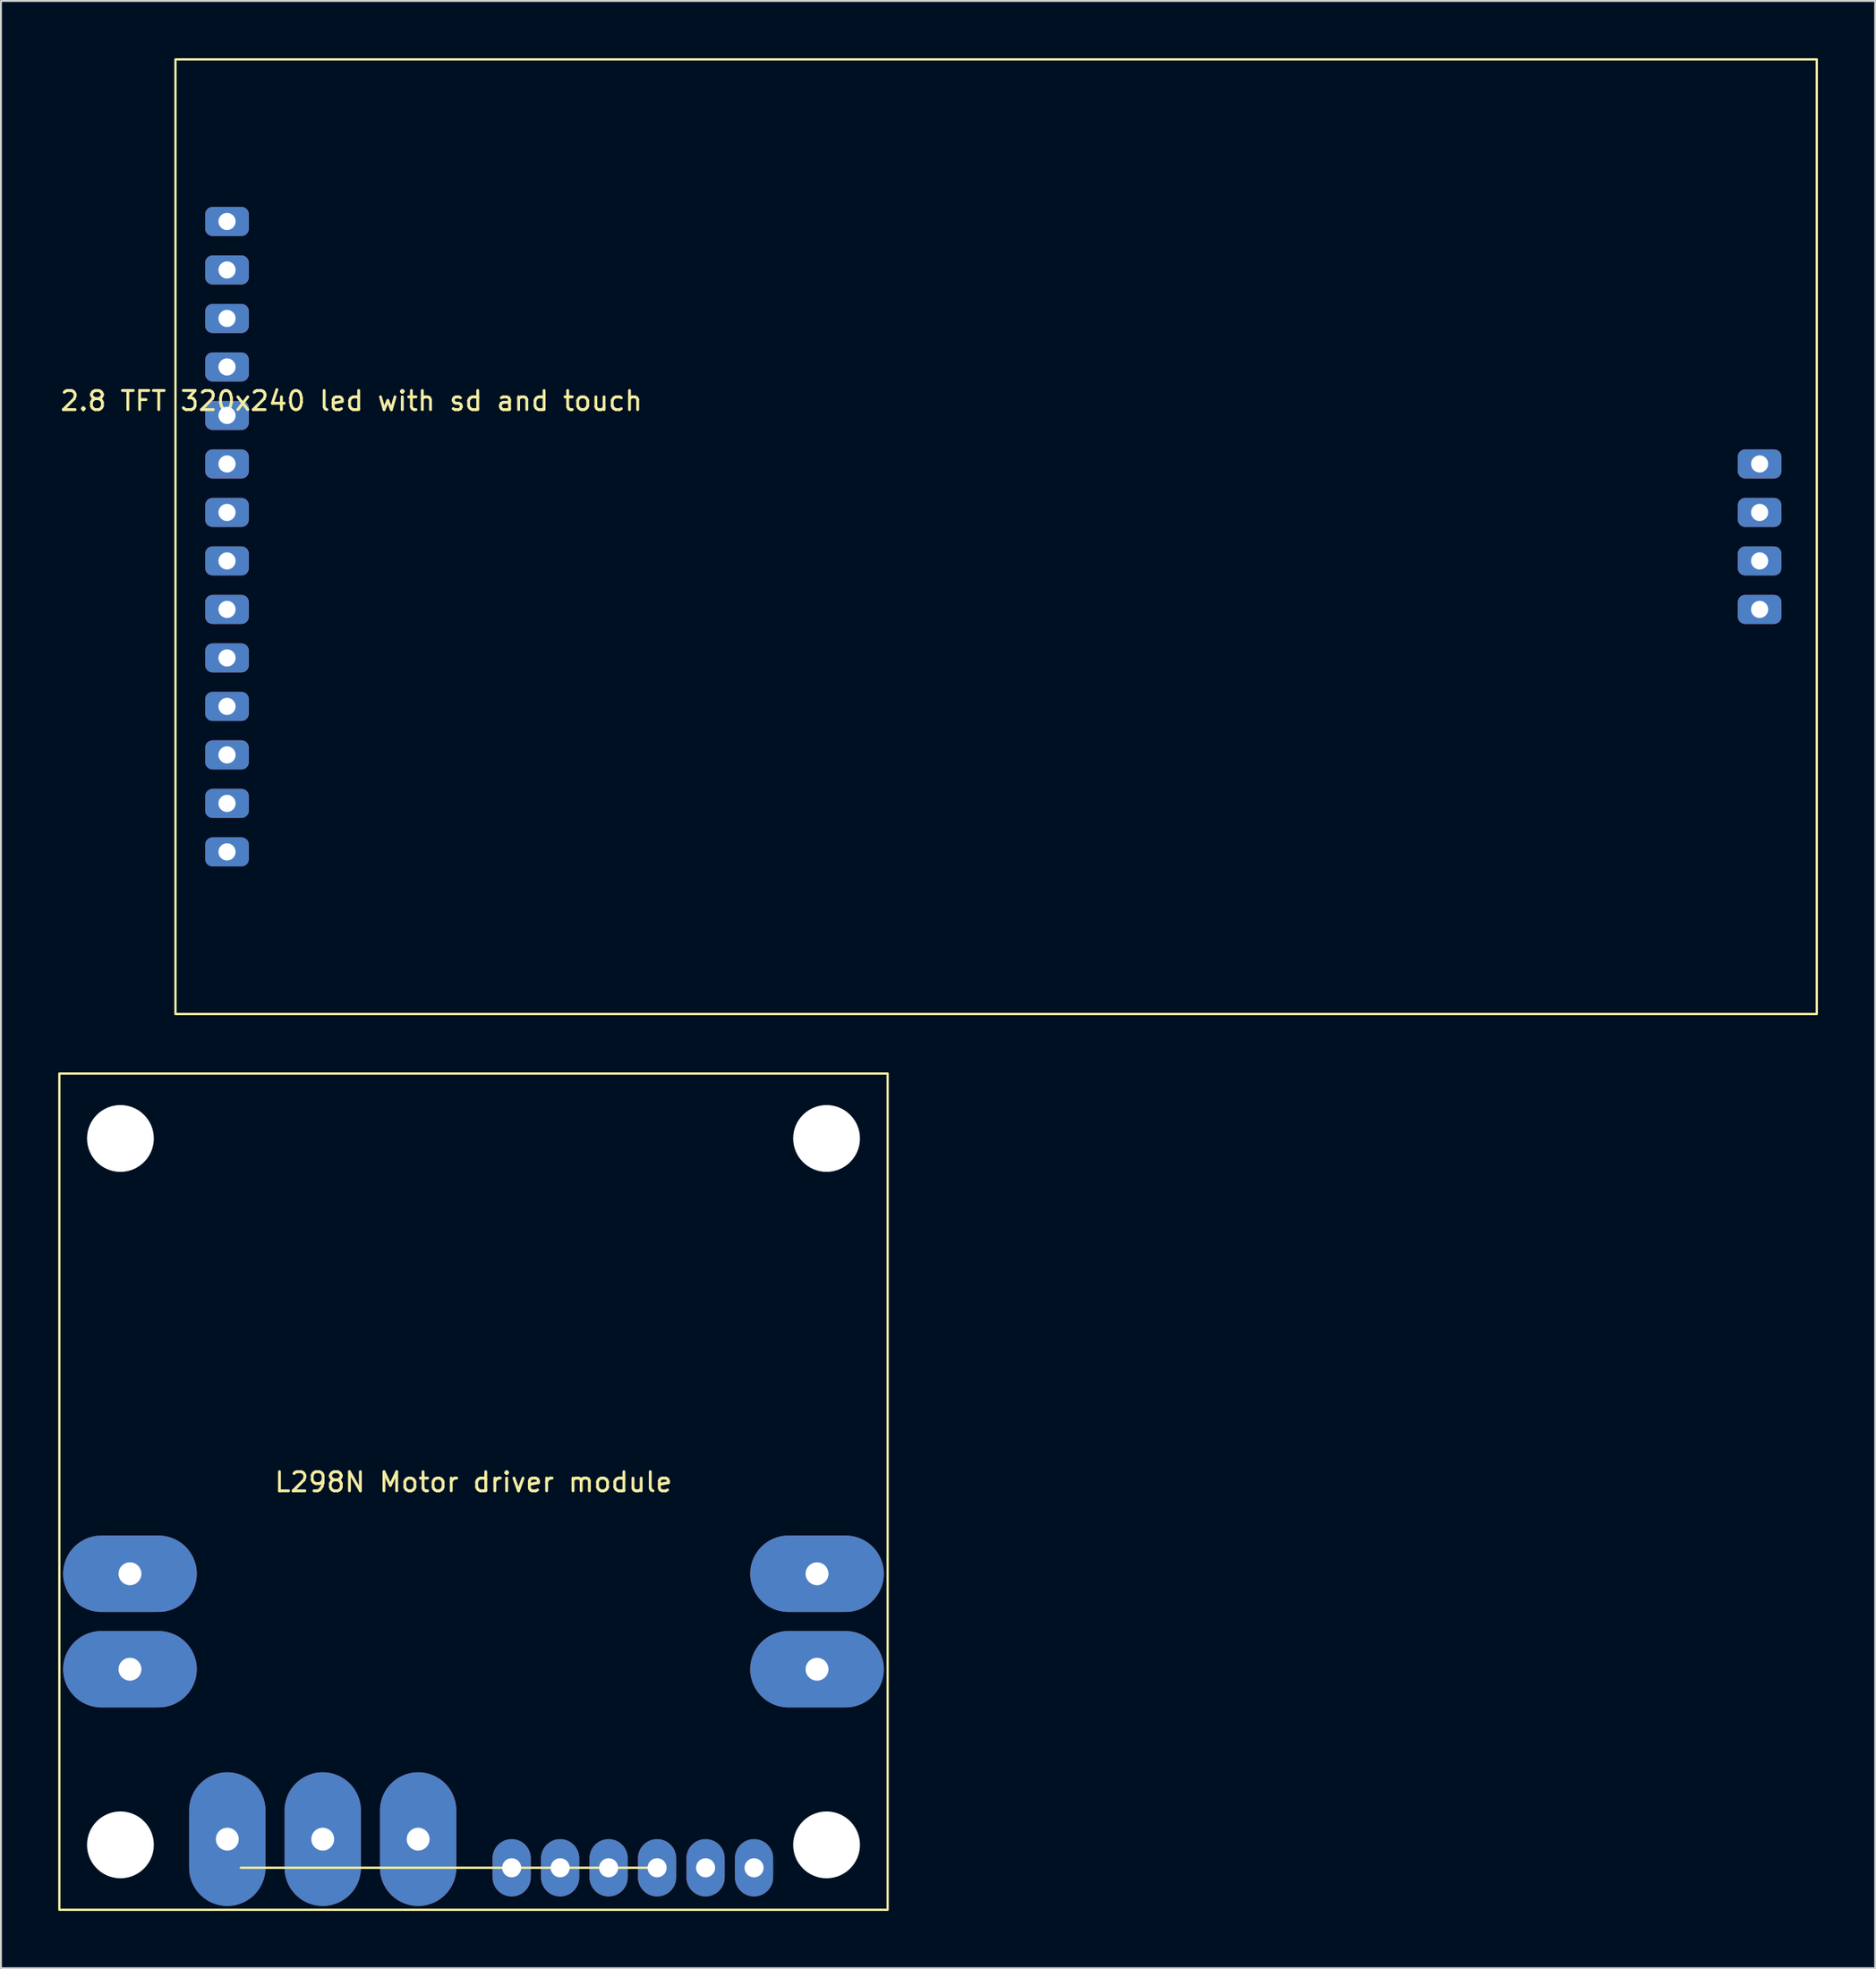
<source format=kicad_pcb>
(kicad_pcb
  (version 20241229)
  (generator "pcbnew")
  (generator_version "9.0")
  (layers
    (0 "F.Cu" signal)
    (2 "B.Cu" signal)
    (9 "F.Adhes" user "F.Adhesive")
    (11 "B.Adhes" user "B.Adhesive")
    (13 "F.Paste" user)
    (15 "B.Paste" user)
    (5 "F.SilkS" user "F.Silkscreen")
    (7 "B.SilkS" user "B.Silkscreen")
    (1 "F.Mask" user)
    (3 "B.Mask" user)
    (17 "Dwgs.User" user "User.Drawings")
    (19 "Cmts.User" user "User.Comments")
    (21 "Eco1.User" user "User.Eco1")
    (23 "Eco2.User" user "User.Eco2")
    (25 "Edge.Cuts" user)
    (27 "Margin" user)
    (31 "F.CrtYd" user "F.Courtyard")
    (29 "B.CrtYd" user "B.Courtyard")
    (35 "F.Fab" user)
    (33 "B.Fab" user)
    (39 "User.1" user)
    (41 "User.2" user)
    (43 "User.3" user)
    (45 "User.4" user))
  (footprint "2.8 TFT 320x240 led with sd and touch"
    (layer "F.Cu")
    (at 49.145 25.06)
    (property "Reference" "2.8 TFT 320x240 led with sd and touch" (at -33.782 -7.112 0) (unlocked yes) (layer "F.SilkS") (effects (font (size 1 1) (thickness 0.15))))
    (attr smd)
    (fp_rect (start -43 25) (end 43 -25) (stroke (width 0.12) (type solid)) (fill no) (layer "F.SilkS"))
    (pad "1" thru_hole roundrect (at 40.005 3.81 180) (size 2.286 1.524) (drill 0.9) (layers "*.Cu" "*.Mask") (roundrect_rratio 0.25))
    (pad "2" thru_hole roundrect (at 40.005 1.27 180) (size 2.286 1.524) (drill 0.9) (layers "*.Cu" "*.Mask") (roundrect_rratio 0.25))
    (pad "3" thru_hole roundrect (at 40.005 -1.27 180) (size 2.286 1.524) (drill 0.9) (layers "*.Cu" "*.Mask") (roundrect_rratio 0.25))
    (pad "4" thru_hole roundrect (at 40.005 -3.81 180) (size 2.286 1.524) (drill 0.9) (layers "*.Cu" "*.Mask") (roundrect_rratio 0.25))
    (pad "5" thru_hole roundrect (at -40.3 16.51 180) (size 2.286 1.524) (drill 0.9) (layers "*.Cu" "*.Mask") (roundrect_rratio 0.25))
    (pad "6" thru_hole roundrect (at -40.3 13.97 180) (size 2.286 1.524) (drill 0.9) (layers "*.Cu" "*.Mask") (roundrect_rratio 0.25))
    (pad "7" thru_hole roundrect (at -40.3 11.43 180) (size 2.286 1.524) (drill 0.9) (layers "*.Cu" "*.Mask") (roundrect_rratio 0.25))
    (pad "8" thru_hole roundrect (at -40.3 8.89 180) (size 2.286 1.524) (drill 0.9) (layers "*.Cu" "*.Mask") (roundrect_rratio 0.25))
    (pad "9" thru_hole roundrect (at -40.3 6.35 180) (size 2.286 1.524) (drill 0.9) (layers "*.Cu" "*.Mask") (roundrect_rratio 0.25))
    (pad "10" thru_hole roundrect (at -40.3 3.81 180) (size 2.286 1.524) (drill 0.9) (layers "*.Cu" "*.Mask") (roundrect_rratio 0.25))
    (pad "11" thru_hole roundrect (at -40.3 1.27 180) (size 2.286 1.524) (drill 0.9) (layers "*.Cu" "*.Mask") (roundrect_rratio 0.25))
    (pad "12" thru_hole roundrect (at -40.3 -1.27 180) (size 2.286 1.524) (drill 0.9) (layers "*.Cu" "*.Mask") (roundrect_rratio 0.25))
    (pad "13" thru_hole roundrect (at -40.3 -3.81 180) (size 2.286 1.524) (drill 0.9) (layers "*.Cu" "*.Mask") (roundrect_rratio 0.25))
    (pad "14" thru_hole roundrect (at -40.3 -6.35 180) (size 2.286 1.524) (drill 0.9) (layers "*.Cu" "*.Mask") (roundrect_rratio 0.25))
    (pad "15" thru_hole roundrect (at -40.3 -8.89 180) (size 2.286 1.524) (drill 0.9) (layers "*.Cu" "*.Mask") (roundrect_rratio 0.25))
    (pad "16" thru_hole roundrect (at -40.3 -11.43 180) (size 2.286 1.524) (drill 0.9) (layers "*.Cu" "*.Mask") (roundrect_rratio 0.25))
    (pad "17" thru_hole roundrect (at -40.3 -13.97 180) (size 2.286 1.524) (drill 0.9) (layers "*.Cu" "*.Mask") (roundrect_rratio 0.25))
    (pad "18" thru_hole roundrect (at -40.3 -16.51 180) (size 2.286 1.524) (drill 0.9) (layers "*.Cu" "*.Mask") (roundrect_rratio 0.25)))
  (footprint "L298N Motor driver module"
    (layer "F.Cu")
    (at 21.76 75.08)
    (property "Reference" "L298N Motor driver module" (at 0 -0.5 0) (unlocked yes) (layer "F.SilkS") (effects (font (size 1 1) (thickness 0.15))))
    (attr through_hole)
    (fp_line (start -12.192 19.7) (end 9.398 19.7) (stroke (width 0.12) (type default)) (layer "F.SilkS"))
    (fp_rect (start -21.7 -21.9) (end 21.7 21.9) (stroke (width 0.12) (type default)) (fill no) (layer "F.SilkS"))
    (pad "" np_thru_hole circle (at -18.5 -18.5) (size 3.5 3.5) (drill 3.5) (layers "*.Cu" "*.Mask"))
    (pad "" np_thru_hole circle (at -18.5 18.5) (size 3.5 3.5) (drill 3.5) (layers "*.Cu" "*.Mask"))
    (pad "" np_thru_hole circle (at 18.5 -18.5) (size 3.5 3.5) (drill 3.5) (layers "*.Cu" "*.Mask"))
    (pad "" np_thru_hole circle (at 18.5 18.5) (size 3.5 3.5) (drill 3.5) (layers "*.Cu" "*.Mask"))
    (pad "1" thru_hole oval (at 2 19.7) (size 2 3) (drill 1) (layers "*.Cu" "*.Mask"))
    (pad "2" thru_hole oval (at 4.54 19.7) (size 2 3) (drill 1) (layers "*.Cu" "*.Mask"))
    (pad "3" thru_hole oval (at 7.08 19.7) (size 2 3) (drill 1) (layers "*.Cu" "*.Mask"))
    (pad "4" thru_hole oval (at 9.62 19.7) (size 2 3) (drill 1) (layers "*.Cu" "*.Mask"))
    (pad "5" thru_hole oval (at 12.16 19.7) (size 2 3) (drill 1) (layers "*.Cu" "*.Mask"))
    (pad "6" thru_hole oval (at 14.7 19.7) (size 2 3) (drill 1) (layers "*.Cu" "*.Mask"))
    (pad "7" thru_hole oval (at -12.9 18.2) (size 4 7) (drill 1.2) (layers "*.Cu" "*.Mask"))
    (pad "8" thru_hole oval (at -7.9 18.2) (size 4 7) (drill 1.2) (layers "*.Cu" "*.Mask"))
    (pad "9" thru_hole oval (at -2.9 18.2) (size 4 7) (drill 1.2) (layers "*.Cu" "*.Mask"))
    (pad "10" thru_hole oval (at -18 4.3 90) (size 4 7) (drill 1.2) (layers "*.Cu" "*.Mask"))
    (pad "11" thru_hole oval (at -18 9.3 90) (size 4 7) (drill 1.2) (layers "*.Cu" "*.Mask"))
    (pad "12" thru_hole oval (at 18 9.3 90) (size 4 7) (drill 1.2) (layers "*.Cu" "*.Mask"))
    (pad "13" thru_hole oval (at 18 4.3 90) (size 4 7) (drill 1.2) (layers "*.Cu" "*.Mask")))
  (gr_rect
    (start -3 -3)
    (end 95.205 100.04)
    (stroke (width 0.1) (type default))
    (fill no)
    (layer "Edge.Cuts")))
</source>
